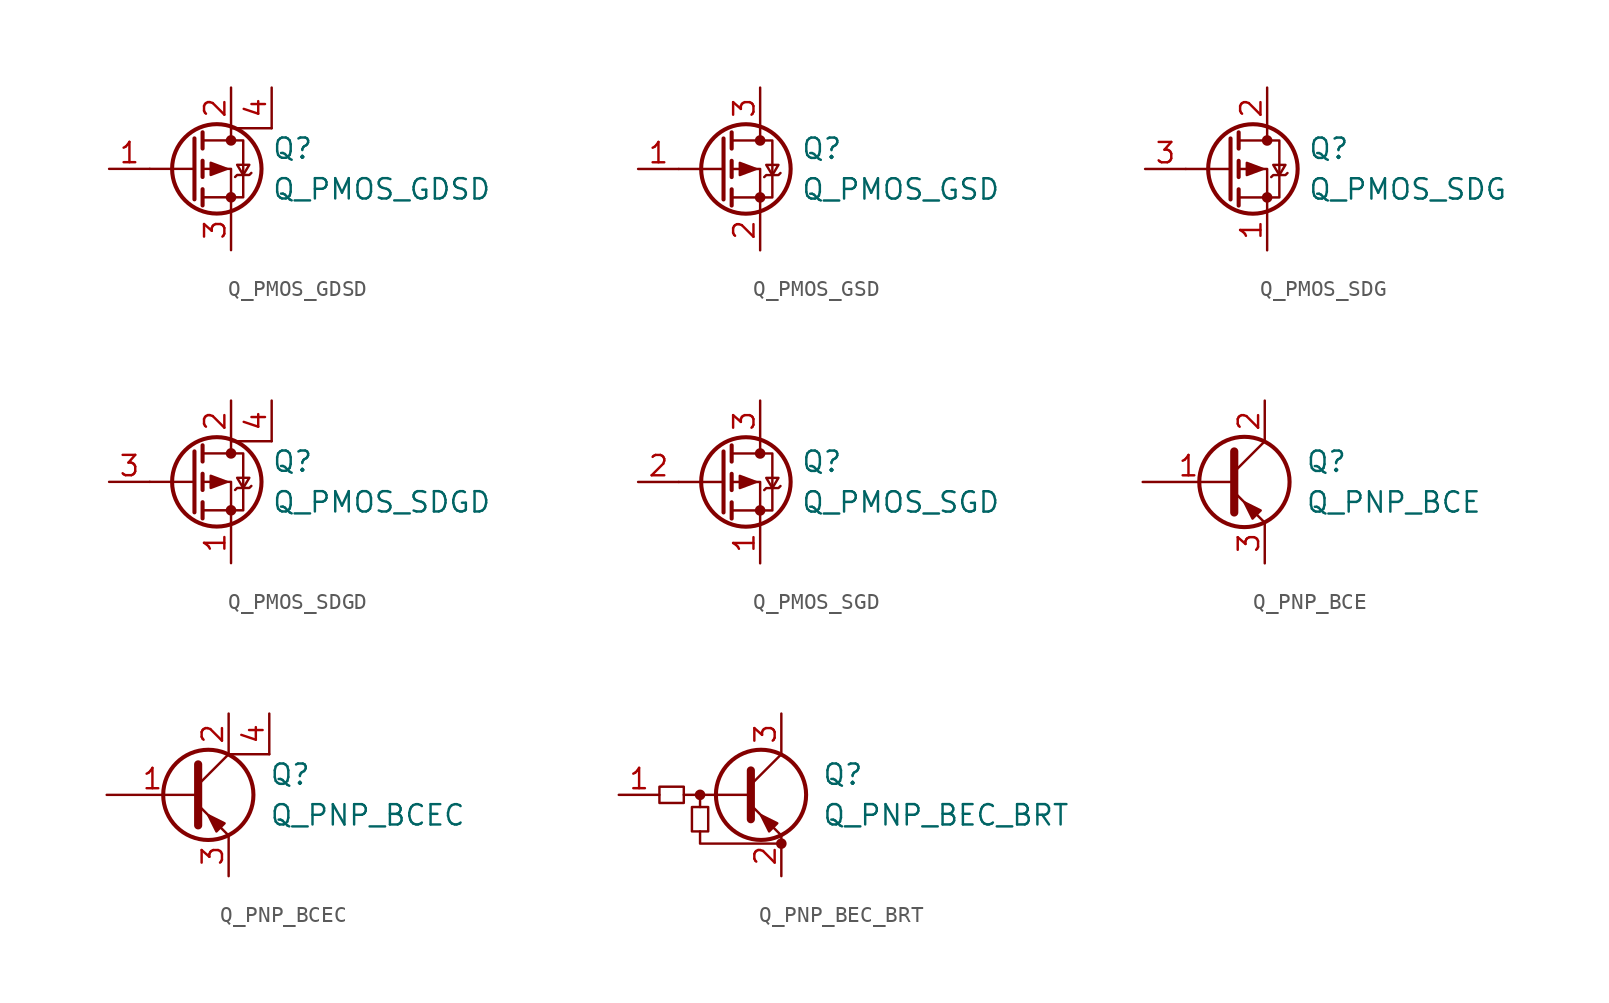
<source format=kicad_sym>
(kicad_symbol_lib
  (version 20241209)
  (generator "kicad_symbol_editor")
  (generator_version "9.0")
  (symbol "Q_PMOS_GDSD"
    (pin_names
      (offset 0)
      (hide yes))
    (property "Reference" "Q"
      (at 5.08 1.27 0)
      (effects (font (size 1.27 1.27)) (justify left)))
    (property "Value" "Q_PMOS_GDSD"
      (at 5.08 -1.27 0)
      (effects (font (size 1.27 1.27)) (justify left)))
    (symbol "Q_PMOS_GDSD_0_1"
      (polyline (pts (xy 0.254 1.905) (xy 0.254 -1.905)) (stroke (width 0.254) (type solid)) (fill (type none)))
      (polyline (pts (xy 0.254 0) (xy -2.54 0)) (stroke (width 0) (type solid)) (fill (type none)))
      (polyline (pts (xy 0.762 2.286) (xy 0.762 1.27)) (stroke (width 0.254) (type solid)) (fill (type none)))
      (polyline (pts (xy 0.762 1.778) (xy 3.302 1.778) (xy 3.302 -1.778) (xy 0.762 -1.778)) (stroke (width 0) (type solid)) (fill (type none)))
      (polyline (pts (xy 0.762 0.508) (xy 0.762 -0.508)) (stroke (width 0.254) (type solid)) (fill (type none)))
      (polyline (pts (xy 0.762 -1.27) (xy 0.762 -2.286)) (stroke (width 0.254) (type solid)) (fill (type none)))
      (circle (center 1.651 0) (radius 2.794) (stroke (width 0.254) (type solid)) (fill (type none)))
      (polyline (pts (xy 2.286 0) (xy 1.27 0.381) (xy 1.27 -0.381) (xy 2.286 0)) (stroke (width 0) (type solid)) (fill (type outline)))
      (circle (center 2.54 1.778) (radius 0.254) (stroke (width 0) (type solid)) (fill (type outline)))
      (circle (center 2.54 -1.778) (radius 0.254) (stroke (width 0) (type solid)) (fill (type outline)))
      (polyline (pts (xy 2.54 -2.54) (xy 2.54 0) (xy 0.762 0)) (stroke (width 0) (type solid)) (fill (type none)))
      (polyline (pts (xy 2.794 -0.508) (xy 2.921 -0.381) (xy 3.683 -0.381) (xy 3.81 -0.254)) (stroke (width 0) (type solid)) (fill (type none)))
      (polyline (pts (xy 3.302 -0.381) (xy 2.921 0.254) (xy 3.683 0.254) (xy 3.302 -0.381)) (stroke (width 0) (type solid)) (fill (type none)))
      (polyline (pts (xy 5.08 2.54) (xy 2.54 2.54) (xy 2.54 1.778)) (stroke (width 0) (type solid)) (fill (type none))))
    (symbol "Q_PMOS_GDSD_1_1"
      (pin input line (at -5.08 0 0) (length 2.54) (name "G" (effects (font (size 1.27 1.27)))) (number "1" (effects (font (size 1.27 1.27)))))
      (pin passive line (at 2.54 5.08 270) (length 2.54) (name "D" (effects (font (size 1.27 1.27)))) (number "2" (effects (font (size 1.27 1.27)))))
      (pin passive line (at 2.54 -5.08 90) (length 2.54) (name "S" (effects (font (size 1.27 1.27)))) (number "3" (effects (font (size 1.27 1.27)))))
      (pin passive line (at 5.08 5.08 270) (length 2.54) (name "D" (effects (font (size 1.27 1.27)))) (number "4" (effects (font (size 1.27 1.27)))))))
  (symbol "Q_PMOS_GSD"
    (pin_names
      (offset 0)
      (hide yes))
    (property "Reference" "Q"
      (at 5.08 1.27 0)
      (effects (font (size 1.27 1.27)) (justify left)))
    (property "Value" "Q_PMOS_GSD"
      (at 5.08 -1.27 0)
      (effects (font (size 1.27 1.27)) (justify left)))
    (symbol "Q_PMOS_GSD_0_1"
      (polyline (pts (xy 0.254 1.905) (xy 0.254 -1.905)) (stroke (width 0.254) (type solid)) (fill (type none)))
      (polyline (pts (xy 0.254 0) (xy -2.54 0)) (stroke (width 0) (type solid)) (fill (type none)))
      (polyline (pts (xy 0.762 2.286) (xy 0.762 1.27)) (stroke (width 0.254) (type solid)) (fill (type none)))
      (polyline (pts (xy 0.762 1.778) (xy 3.302 1.778) (xy 3.302 -1.778) (xy 0.762 -1.778)) (stroke (width 0) (type solid)) (fill (type none)))
      (polyline (pts (xy 0.762 0.508) (xy 0.762 -0.508)) (stroke (width 0.254) (type solid)) (fill (type none)))
      (polyline (pts (xy 0.762 -1.27) (xy 0.762 -2.286)) (stroke (width 0.254) (type solid)) (fill (type none)))
      (circle (center 1.651 0) (radius 2.794) (stroke (width 0.254) (type solid)) (fill (type none)))
      (polyline (pts (xy 2.286 0) (xy 1.27 0.381) (xy 1.27 -0.381) (xy 2.286 0)) (stroke (width 0) (type solid)) (fill (type outline)))
      (polyline (pts (xy 2.54 2.54) (xy 2.54 1.778)) (stroke (width 0) (type solid)) (fill (type none)))
      (circle (center 2.54 1.778) (radius 0.254) (stroke (width 0) (type solid)) (fill (type outline)))
      (circle (center 2.54 -1.778) (radius 0.254) (stroke (width 0) (type solid)) (fill (type outline)))
      (polyline (pts (xy 2.54 -2.54) (xy 2.54 0) (xy 0.762 0)) (stroke (width 0) (type solid)) (fill (type none)))
      (polyline (pts (xy 2.794 -0.508) (xy 2.921 -0.381) (xy 3.683 -0.381) (xy 3.81 -0.254)) (stroke (width 0) (type solid)) (fill (type none)))
      (polyline (pts (xy 3.302 -0.381) (xy 2.921 0.254) (xy 3.683 0.254) (xy 3.302 -0.381)) (stroke (width 0) (type solid)) (fill (type none))))
    (symbol "Q_PMOS_GSD_1_1"
      (pin input line (at -5.08 0 0) (length 2.54) (name "G" (effects (font (size 1.27 1.27)))) (number "1" (effects (font (size 1.27 1.27)))))
      (pin passive line (at 2.54 5.08 270) (length 2.54) (name "D" (effects (font (size 1.27 1.27)))) (number "3" (effects (font (size 1.27 1.27)))))
      (pin passive line (at 2.54 -5.08 90) (length 2.54) (name "S" (effects (font (size 1.27 1.27)))) (number "2" (effects (font (size 1.27 1.27)))))))
  (symbol "Q_PMOS_SDG"
    (pin_names
      (offset 0)
      (hide yes))
    (property "Reference" "Q"
      (at 5.08 1.27 0)
      (effects (font (size 1.27 1.27)) (justify left)))
    (property "Value" "Q_PMOS_SDG"
      (at 5.08 -1.27 0)
      (effects (font (size 1.27 1.27)) (justify left)))
    (symbol "Q_PMOS_SDG_0_1"
      (polyline (pts (xy 0.254 1.905) (xy 0.254 -1.905)) (stroke (width 0.254) (type solid)) (fill (type none)))
      (polyline (pts (xy 0.254 0) (xy -2.54 0)) (stroke (width 0) (type solid)) (fill (type none)))
      (polyline (pts (xy 0.762 2.286) (xy 0.762 1.27)) (stroke (width 0.254) (type solid)) (fill (type none)))
      (polyline (pts (xy 0.762 1.778) (xy 3.302 1.778) (xy 3.302 -1.778) (xy 0.762 -1.778)) (stroke (width 0) (type solid)) (fill (type none)))
      (polyline (pts (xy 0.762 0.508) (xy 0.762 -0.508)) (stroke (width 0.254) (type solid)) (fill (type none)))
      (polyline (pts (xy 0.762 -1.27) (xy 0.762 -2.286)) (stroke (width 0.254) (type solid)) (fill (type none)))
      (circle (center 1.651 0) (radius 2.794) (stroke (width 0.254) (type solid)) (fill (type none)))
      (polyline (pts (xy 2.286 0) (xy 1.27 0.381) (xy 1.27 -0.381) (xy 2.286 0)) (stroke (width 0) (type solid)) (fill (type outline)))
      (polyline (pts (xy 2.54 2.54) (xy 2.54 1.778)) (stroke (width 0) (type solid)) (fill (type none)))
      (circle (center 2.54 1.778) (radius 0.254) (stroke (width 0) (type solid)) (fill (type outline)))
      (circle (center 2.54 -1.778) (radius 0.254) (stroke (width 0) (type solid)) (fill (type outline)))
      (polyline (pts (xy 2.54 -2.54) (xy 2.54 0) (xy 0.762 0)) (stroke (width 0) (type solid)) (fill (type none)))
      (polyline (pts (xy 2.794 -0.508) (xy 2.921 -0.381) (xy 3.683 -0.381) (xy 3.81 -0.254)) (stroke (width 0) (type solid)) (fill (type none)))
      (polyline (pts (xy 3.302 -0.381) (xy 2.921 0.254) (xy 3.683 0.254) (xy 3.302 -0.381)) (stroke (width 0) (type solid)) (fill (type none))))
    (symbol "Q_PMOS_SDG_1_1"
      (pin input line (at -5.08 0 0) (length 2.54) (name "G" (effects (font (size 1.27 1.27)))) (number "3" (effects (font (size 1.27 1.27)))))
      (pin passive line (at 2.54 5.08 270) (length 2.54) (name "D" (effects (font (size 1.27 1.27)))) (number "2" (effects (font (size 1.27 1.27)))))
      (pin passive line (at 2.54 -5.08 90) (length 2.54) (name "S" (effects (font (size 1.27 1.27)))) (number "1" (effects (font (size 1.27 1.27)))))))
  (symbol "Q_PMOS_SDGD"
    (pin_names
      (offset 0)
      (hide yes))
    (property "Reference" "Q"
      (at 5.08 1.27 0)
      (effects (font (size 1.27 1.27)) (justify left)))
    (property "Value" "Q_PMOS_SDGD"
      (at 5.08 -1.27 0)
      (effects (font (size 1.27 1.27)) (justify left)))
    (symbol "Q_PMOS_SDGD_0_1"
      (polyline (pts (xy 0.254 1.905) (xy 0.254 -1.905)) (stroke (width 0.254) (type solid)) (fill (type none)))
      (polyline (pts (xy 0.254 0) (xy -2.54 0)) (stroke (width 0) (type solid)) (fill (type none)))
      (polyline (pts (xy 0.762 2.286) (xy 0.762 1.27)) (stroke (width 0.254) (type solid)) (fill (type none)))
      (polyline (pts (xy 0.762 1.778) (xy 3.302 1.778) (xy 3.302 -1.778) (xy 0.762 -1.778)) (stroke (width 0) (type solid)) (fill (type none)))
      (polyline (pts (xy 0.762 0.508) (xy 0.762 -0.508)) (stroke (width 0.254) (type solid)) (fill (type none)))
      (polyline (pts (xy 0.762 -1.27) (xy 0.762 -2.286)) (stroke (width 0.254) (type solid)) (fill (type none)))
      (circle (center 1.651 0) (radius 2.794) (stroke (width 0.254) (type solid)) (fill (type none)))
      (polyline (pts (xy 2.286 0) (xy 1.27 0.381) (xy 1.27 -0.381) (xy 2.286 0)) (stroke (width 0) (type solid)) (fill (type outline)))
      (circle (center 2.54 1.778) (radius 0.254) (stroke (width 0) (type solid)) (fill (type outline)))
      (circle (center 2.54 -1.778) (radius 0.254) (stroke (width 0) (type solid)) (fill (type outline)))
      (polyline (pts (xy 2.54 -2.54) (xy 2.54 0) (xy 0.762 0)) (stroke (width 0) (type solid)) (fill (type none)))
      (polyline (pts (xy 2.794 -0.508) (xy 2.921 -0.381) (xy 3.683 -0.381) (xy 3.81 -0.254)) (stroke (width 0) (type solid)) (fill (type none)))
      (polyline (pts (xy 3.302 -0.381) (xy 2.921 0.254) (xy 3.683 0.254) (xy 3.302 -0.381)) (stroke (width 0) (type solid)) (fill (type none)))
      (polyline (pts (xy 5.08 2.54) (xy 2.54 2.54) (xy 2.54 1.778)) (stroke (width 0) (type solid)) (fill (type none))))
    (symbol "Q_PMOS_SDGD_1_1"
      (pin input line (at -5.08 0 0) (length 2.54) (name "G" (effects (font (size 1.27 1.27)))) (number "3" (effects (font (size 1.27 1.27)))))
      (pin passive line (at 2.54 5.08 270) (length 2.54) (name "D" (effects (font (size 1.27 1.27)))) (number "2" (effects (font (size 1.27 1.27)))))
      (pin passive line (at 2.54 -5.08 90) (length 2.54) (name "S" (effects (font (size 1.27 1.27)))) (number "1" (effects (font (size 1.27 1.27)))))
      (pin passive line (at 5.08 5.08 270) (length 2.54) (name "D" (effects (font (size 1.27 1.27)))) (number "4" (effects (font (size 1.27 1.27)))))))
  (symbol "Q_PMOS_SGD"
    (pin_names
      (offset 0)
      (hide yes))
    (property "Reference" "Q"
      (at 5.08 1.27 0)
      (effects (font (size 1.27 1.27)) (justify left)))
    (property "Value" "Q_PMOS_SGD"
      (at 5.08 -1.27 0)
      (effects (font (size 1.27 1.27)) (justify left)))
    (symbol "Q_PMOS_SGD_0_1"
      (polyline (pts (xy 0.254 1.905) (xy 0.254 -1.905)) (stroke (width 0.254) (type solid)) (fill (type none)))
      (polyline (pts (xy 0.254 0) (xy -2.54 0)) (stroke (width 0) (type solid)) (fill (type none)))
      (polyline (pts (xy 0.762 2.286) (xy 0.762 1.27)) (stroke (width 0.254) (type solid)) (fill (type none)))
      (polyline (pts (xy 0.762 1.778) (xy 3.302 1.778) (xy 3.302 -1.778) (xy 0.762 -1.778)) (stroke (width 0) (type solid)) (fill (type none)))
      (polyline (pts (xy 0.762 0.508) (xy 0.762 -0.508)) (stroke (width 0.254) (type solid)) (fill (type none)))
      (polyline (pts (xy 0.762 -1.27) (xy 0.762 -2.286)) (stroke (width 0.254) (type solid)) (fill (type none)))
      (circle (center 1.651 0) (radius 2.794) (stroke (width 0.254) (type solid)) (fill (type none)))
      (polyline (pts (xy 2.286 0) (xy 1.27 0.381) (xy 1.27 -0.381) (xy 2.286 0)) (stroke (width 0) (type solid)) (fill (type outline)))
      (polyline (pts (xy 2.54 2.54) (xy 2.54 1.778)) (stroke (width 0) (type solid)) (fill (type none)))
      (circle (center 2.54 1.778) (radius 0.254) (stroke (width 0) (type solid)) (fill (type outline)))
      (circle (center 2.54 -1.778) (radius 0.254) (stroke (width 0) (type solid)) (fill (type outline)))
      (polyline (pts (xy 2.54 -2.54) (xy 2.54 0) (xy 0.762 0)) (stroke (width 0) (type solid)) (fill (type none)))
      (polyline (pts (xy 2.794 -0.508) (xy 2.921 -0.381) (xy 3.683 -0.381) (xy 3.81 -0.254)) (stroke (width 0) (type solid)) (fill (type none)))
      (polyline (pts (xy 3.302 -0.381) (xy 2.921 0.254) (xy 3.683 0.254) (xy 3.302 -0.381)) (stroke (width 0) (type solid)) (fill (type none))))
    (symbol "Q_PMOS_SGD_1_1"
      (pin input line (at -5.08 0 0) (length 2.54) (name "G" (effects (font (size 1.27 1.27)))) (number "2" (effects (font (size 1.27 1.27)))))
      (pin passive line (at 2.54 5.08 270) (length 2.54) (name "D" (effects (font (size 1.27 1.27)))) (number "3" (effects (font (size 1.27 1.27)))))
      (pin passive line (at 2.54 -5.08 90) (length 2.54) (name "S" (effects (font (size 1.27 1.27)))) (number "1" (effects (font (size 1.27 1.27)))))))
  (symbol "Q_PNP_BCE"
    (pin_names
      (offset 0)
      (hide yes))
    (property "Reference" "Q"
      (at 5.08 1.27 0)
      (effects (font (size 1.27 1.27)) (justify left)))
    (property "Value" "Q_PNP_BCE"
      (at 5.08 -1.27 0)
      (effects (font (size 1.27 1.27)) (justify left)))
    (symbol "Q_PNP_BCE_0_1"
      (polyline (pts (xy 0.635 1.905) (xy 0.635 -1.905) (xy 0.635 -1.905)) (stroke (width 0.508) (type solid)) (fill (type none)))
      (polyline (pts (xy 0.635 0.635) (xy 2.54 2.54)) (stroke (width 0) (type solid)) (fill (type none)))
      (polyline (pts (xy 0.635 -0.635) (xy 2.54 -2.54) (xy 2.54 -2.54)) (stroke (width 0) (type solid)) (fill (type none)))
      (circle (center 1.27 0) (radius 2.819) (stroke (width 0.254) (type solid)) (fill (type none)))
      (polyline (pts (xy 2.286 -1.778) (xy 1.778 -2.286) (xy 1.27 -1.27) (xy 2.286 -1.778) (xy 2.286 -1.778)) (stroke (width 0) (type solid)) (fill (type outline))))
    (symbol "Q_PNP_BCE_1_1"
      (pin input line (at -5.08 0 0) (length 5.715) (name "B" (effects (font (size 1.27 1.27)))) (number "1" (effects (font (size 1.27 1.27)))))
      (pin passive line (at 2.54 5.08 270) (length 2.54) (name "C" (effects (font (size 1.27 1.27)))) (number "2" (effects (font (size 1.27 1.27)))))
      (pin passive line (at 2.54 -5.08 90) (length 2.54) (name "E" (effects (font (size 1.27 1.27)))) (number "3" (effects (font (size 1.27 1.27)))))))
  (symbol "Q_PNP_BCEC"
    (pin_names
      (offset 0)
      (hide yes))
    (property "Reference" "Q"
      (at 5.08 1.27 0)
      (effects (font (size 1.27 1.27)) (justify left)))
    (property "Value" "Q_PNP_BCEC"
      (at 5.08 -1.27 0)
      (effects (font (size 1.27 1.27)) (justify left)))
    (symbol "Q_PNP_BCEC_0_1"
      (polyline (pts (xy 0.635 1.905) (xy 0.635 -1.905) (xy 0.635 -1.905)) (stroke (width 0.508) (type solid)) (fill (type none)))
      (polyline (pts (xy 0.635 0.635) (xy 2.54 2.54)) (stroke (width 0) (type solid)) (fill (type none)))
      (polyline (pts (xy 0.635 -0.635) (xy 2.54 -2.54) (xy 2.54 -2.54)) (stroke (width 0) (type solid)) (fill (type none)))
      (circle (center 1.27 0) (radius 2.819) (stroke (width 0.254) (type solid)) (fill (type none)))
      (polyline (pts (xy 2.286 -1.778) (xy 1.778 -2.286) (xy 1.27 -1.27) (xy 2.286 -1.778) (xy 2.286 -1.778)) (stroke (width 0) (type solid)) (fill (type outline)))
      (polyline (pts (xy 5.08 2.54) (xy 2.54 2.54)) (stroke (width 0) (type solid)) (fill (type none))))
    (symbol "Q_PNP_BCEC_1_1"
      (pin input line (at -5.08 0 0) (length 5.715) (name "B" (effects (font (size 1.27 1.27)))) (number "1" (effects (font (size 1.27 1.27)))))
      (pin passive line (at 2.54 5.08 270) (length 2.54) (name "C" (effects (font (size 1.27 1.27)))) (number "2" (effects (font (size 1.27 1.27)))))
      (pin passive line (at 2.54 -5.08 90) (length 2.54) (name "E" (effects (font (size 1.27 1.27)))) (number "3" (effects (font (size 1.27 1.27)))))
      (pin passive line (at 5.08 5.08 270) (length 2.54) (name "C" (effects (font (size 1.27 1.27)))) (number "4" (effects (font (size 1.27 1.27)))))))
  (symbol "Q_PNP_BEC_BRT"
    (pin_names
      (hide yes))
    (property "Reference" "Q"
      (at 3.81 1.27 0)
      (effects (font (size 1.27 1.27)) (justify left)))
    (property "Value" "Q_PNP_BEC_BRT"
      (at 3.81 -1.27 0)
      (effects (font (size 1.27 1.27)) (justify left)))
    (symbol "Q_PNP_BEC_BRT_0_1"
      (rectangle (start -6.35 0.508) (end -4.826 -0.508) (stroke (width 0) (type solid)) (fill (type none)))
      (rectangle (start -4.318 -2.286) (end -3.302 -0.762) (stroke (width 0) (type solid)) (fill (type none)))
      (circle (center -3.81 0) (radius 0.254) (stroke (width 0) (type solid)) (fill (type outline)))
      (polyline (pts (xy -3.81 -0.762) (xy -3.81 0)) (stroke (width 0) (type solid)) (fill (type none)))
      (polyline (pts (xy -3.81 -2.286) (xy -3.81 -3.048) (xy 1.27 -3.048)) (stroke (width 0) (type solid)) (fill (type none)))
      (polyline (pts (xy -0.762 0) (xy -4.826 0)) (stroke (width 0) (type solid)) (fill (type none)))
      (polyline (pts (xy -0.635 1.524) (xy -0.635 -1.524)) (stroke (width 0.508) (type solid)) (fill (type none)))
      (polyline (pts (xy 1.016 -1.778) (xy 0.508 -2.286) (xy 0 -1.27) (xy 1.016 -1.778) (xy 1.016 -1.778)) (stroke (width 0) (type solid)) (fill (type outline)))
      (circle (center 1.27 -3.048) (radius 0.254) (stroke (width 0) (type solid)) (fill (type outline))))
    (symbol "Q_PNP_BEC_BRT_1_1"
      (polyline (pts (xy -0.635 0.635) (xy 1.27 2.54)) (stroke (width 0) (type solid)) (fill (type none)))
      (polyline (pts (xy -0.635 -0.635) (xy 1.27 -2.54) (xy 1.27 -2.54)) (stroke (width 0) (type solid)) (fill (type none)))
      (circle (center 0 0) (radius 2.819) (stroke (width 0.254) (type solid)) (fill (type none)))
      (pin input line (at -8.89 0 0) (length 2.54) (name "B" (effects (font (size 1.27 1.27)))) (number "1" (effects (font (size 1.27 1.27)))))
      (pin passive line (at 1.27 5.08 270) (length 2.54) (name "C" (effects (font (size 1.27 1.27)))) (number "3" (effects (font (size 1.27 1.27)))))
      (pin passive line (at 1.27 -5.08 90) (length 2.54) (name "E" (effects (font (size 1.27 1.27)))) (number "2" (effects (font (size 1.27 1.27))))))))
</source>
